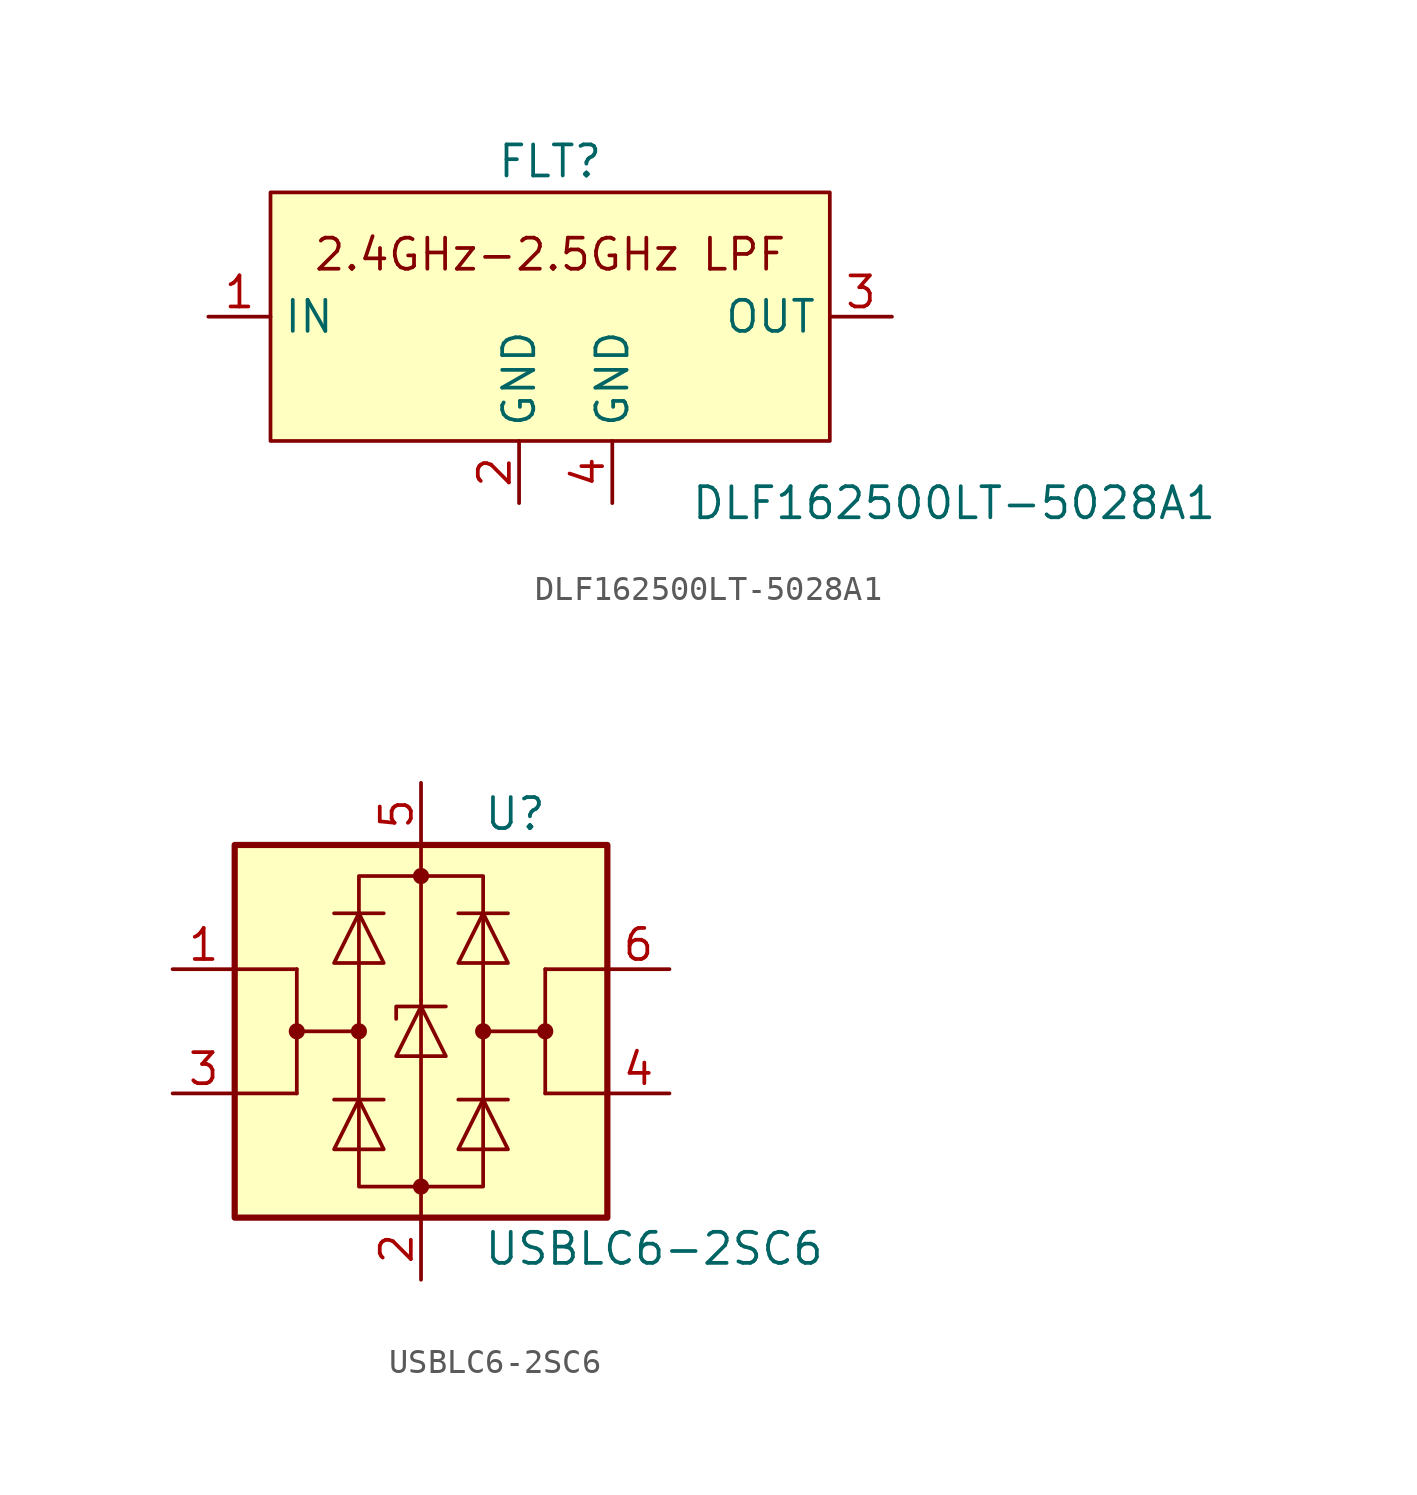
<source format=kicad_sym>
(kicad_symbol_lib
  (version 20220914)
  (generator kicad_symbol_editor)
  (symbol "DLF162500LT-5028A1"
    (property "Reference" "FLT"
      (at 0 6.35 0)
      (effects (font (size 1.27 1.27))))
    (property "Value" "DLF162500LT-5028A1"
      (at 16.51 -7.62 0)
      (effects (font (size 1.27 1.27))))
    (symbol "DLF162500LT-5028A1_0_0"
      (pin passive line (at -13.97 0 0) (length 2.54) (name "IN" (effects (font (size 1.27 1.27)))) (number "1" (effects (font (size 1.27 1.27)))))
      (pin passive line (at -1.27 -7.62 90) (length 2.54) (name "GND" (effects (font (size 1.27 1.27)))) (number "2" (effects (font (size 1.27 1.27)))))
      (pin passive line (at 13.97 0 180) (length 2.54) (name "OUT" (effects (font (size 1.27 1.27)))) (number "3" (effects (font (size 1.27 1.27)))))
      (pin passive line (at 2.54 -7.62 90) (length 2.54) (name "GND" (effects (font (size 1.27 1.27)))) (number "4" (effects (font (size 1.27 1.27))))))
    (symbol "DLF162500LT-5028A1_1_1"
      (rectangle (start -11.43 5.08) (end 11.43 -5.08) (stroke (width 0) (type default)) (fill (type background)))
      (text "2.4GHz-2.5GHz LPF" (at 0 2.54 0) (effects (font (size 1.27 1.27))))))
  (symbol "USBLC6-2SC6"
    (pin_names hide)
    (property "Reference" "U"
      (at 2.54 8.89 0)
      (effects (font (size 1.27 1.27)) (justify left)))
    (property "Value" "USBLC6-2SC6"
      (at 2.54 -8.89 0)
      (effects (font (size 1.27 1.27)) (justify left)))
    (symbol "USBLC6-2SC6_0_1"
      (rectangle (start -7.62 -7.62) (end 7.62 7.62) (stroke (width 0.254) (type default)) (fill (type background)))
      (circle (center -5.08 0) (radius 0.254) (stroke (width 0) (type default)) (fill (type outline)))
      (circle (center -2.54 0) (radius 0.254) (stroke (width 0) (type default)) (fill (type outline)))
      (rectangle (start -2.54 6.35) (end 2.54 -6.35) (stroke (width 0) (type default)) (fill (type none)))
      (circle (center 0 -6.35) (radius 0.254) (stroke (width 0) (type default)) (fill (type outline)))
      (polyline (pts (xy -5.08 -2.54) (xy -7.62 -2.54)) (stroke (width 0) (type default)) (fill (type none)))
      (polyline (pts (xy -5.08 0) (xy -5.08 -2.54)) (stroke (width 0) (type default)) (fill (type none)))
      (polyline (pts (xy -5.08 2.54) (xy -7.62 2.54)) (stroke (width 0) (type default)) (fill (type none)))
      (polyline (pts (xy -1.524 -2.794) (xy -3.556 -2.794)) (stroke (width 0) (type default)) (fill (type none)))
      (polyline (pts (xy -1.524 4.826) (xy -3.556 4.826)) (stroke (width 0) (type default)) (fill (type none)))
      (polyline (pts (xy 0 -7.62) (xy 0 -6.35)) (stroke (width 0) (type default)) (fill (type none)))
      (polyline (pts (xy 0 -6.35) (xy 0 1.27)) (stroke (width 0) (type default)) (fill (type none)))
      (polyline (pts (xy 0 1.27) (xy 0 6.35)) (stroke (width 0) (type default)) (fill (type none)))
      (polyline (pts (xy 0 6.35) (xy 0 7.62)) (stroke (width 0) (type default)) (fill (type none)))
      (polyline (pts (xy 1.524 -2.794) (xy 3.556 -2.794)) (stroke (width 0) (type default)) (fill (type none)))
      (polyline (pts (xy 1.524 4.826) (xy 3.556 4.826)) (stroke (width 0) (type default)) (fill (type none)))
      (polyline (pts (xy 5.08 -2.54) (xy 7.62 -2.54)) (stroke (width 0) (type default)) (fill (type none)))
      (polyline (pts (xy 5.08 0) (xy 5.08 -2.54)) (stroke (width 0) (type default)) (fill (type none)))
      (polyline (pts (xy 5.08 2.54) (xy 7.62 2.54)) (stroke (width 0) (type default)) (fill (type none)))
      (polyline (pts (xy -2.54 0) (xy -5.08 0) (xy -5.08 2.54)) (stroke (width 0) (type default)) (fill (type none)))
      (polyline (pts (xy 2.54 0) (xy 5.08 0) (xy 5.08 2.54)) (stroke (width 0) (type default)) (fill (type none)))
      (polyline (pts (xy -3.556 -4.826) (xy -1.524 -4.826) (xy -2.54 -2.794) (xy -3.556 -4.826)) (stroke (width 0) (type default)) (fill (type none)))
      (polyline (pts (xy -3.556 2.794) (xy -1.524 2.794) (xy -2.54 4.826) (xy -3.556 2.794)) (stroke (width 0) (type default)) (fill (type none)))
      (polyline (pts (xy -1.016 -1.016) (xy 1.016 -1.016) (xy 0 1.016) (xy -1.016 -1.016)) (stroke (width 0) (type default)) (fill (type none)))
      (polyline (pts (xy 1.016 1.016) (xy 0.762 1.016) (xy -1.016 1.016) (xy -1.016 0.508)) (stroke (width 0) (type default)) (fill (type none)))
      (polyline (pts (xy 3.556 -4.826) (xy 1.524 -4.826) (xy 2.54 -2.794) (xy 3.556 -4.826)) (stroke (width 0) (type default)) (fill (type none)))
      (polyline (pts (xy 3.556 2.794) (xy 1.524 2.794) (xy 2.54 4.826) (xy 3.556 2.794)) (stroke (width 0) (type default)) (fill (type none)))
      (circle (center 0 6.35) (radius 0.254) (stroke (width 0) (type default)) (fill (type outline)))
      (circle (center 2.54 0) (radius 0.254) (stroke (width 0) (type default)) (fill (type outline)))
      (circle (center 5.08 0) (radius 0.254) (stroke (width 0) (type default)) (fill (type outline))))
    (symbol "USBLC6-2SC6_1_1"
      (pin passive line (at -10.16 2.54 0) (length 2.54) (name "I/O1" (effects (font (size 1.27 1.27)))) (number "1" (effects (font (size 1.27 1.27)))))
      (pin passive line (at 0 -10.16 90) (length 2.54) (name "GND" (effects (font (size 1.27 1.27)))) (number "2" (effects (font (size 1.27 1.27)))))
      (pin passive line (at -10.16 -2.54 0) (length 2.54) (name "I/O1" (effects (font (size 1.27 1.27)))) (number "3" (effects (font (size 1.27 1.27)))))
      (pin passive line (at 10.16 -2.54 180) (length 2.54) (name "I/O2" (effects (font (size 1.27 1.27)))) (number "4" (effects (font (size 1.27 1.27)))))
      (pin passive line (at 0 10.16 270) (length 2.54) (name "VBUS" (effects (font (size 1.27 1.27)))) (number "5" (effects (font (size 1.27 1.27)))))
      (pin passive line (at 10.16 2.54 180) (length 2.54) (name "I/O2" (effects (font (size 1.27 1.27)))) (number "6" (effects (font (size 1.27 1.27))))))))
</source>
